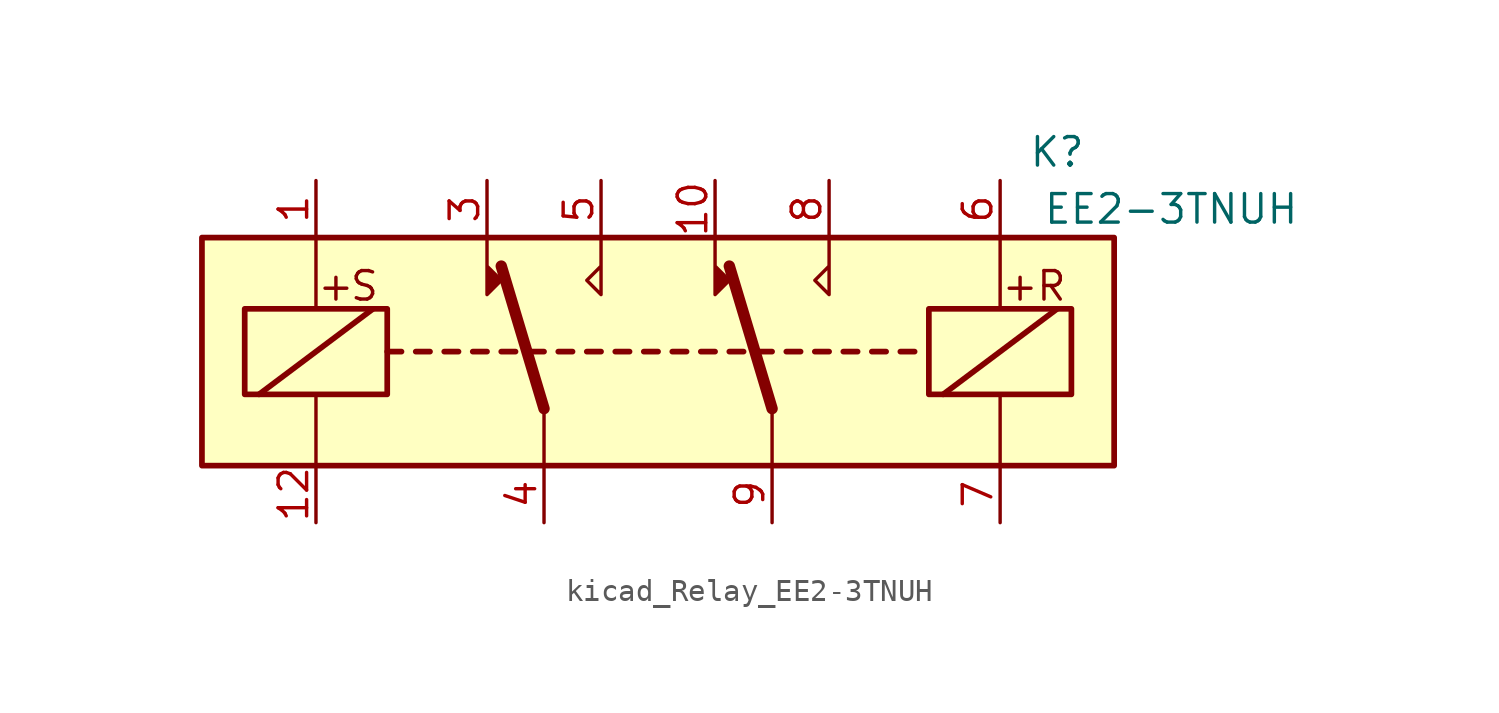
<source format=kicad_sym>
(kicad_symbol_lib
  (version 20220914)
  (generator kicad_symbol_editor)
  (symbol "kicad_Relay_EE2-3TNUH"
    (property "Reference" "K"
      (at 17.78 8.89 0)
      (effects (font (size 1.27 1.27))))
    (property "Value" "EE2-3TNUH"
      (at 22.86 6.35 0)
      (effects (font (size 1.27 1.27))))
    (symbol "kicad_Relay_EE2-3TNUH_1_1"
      (rectangle (start -20.32 5.08) (end 20.32 -5.08) (stroke (width 0.254) (type default)) (fill (type background)))
      (rectangle (start -18.415 1.905) (end -12.065 -1.905) (stroke (width 0.254) (type default)) (fill (type none)))
      (polyline (pts (xy -17.78 -1.905) (xy -12.7 1.905)) (stroke (width 0.254) (type default)) (fill (type none)))
      (polyline (pts (xy -15.24 -5.08) (xy -15.24 -1.905)) (stroke (width 0) (type default)) (fill (type none)))
      (polyline (pts (xy -15.24 5.08) (xy -15.24 1.905)) (stroke (width 0) (type default)) (fill (type none)))
      (polyline (pts (xy -12.065 0) (xy -11.43 0)) (stroke (width 0.254) (type default)) (fill (type none)))
      (polyline (pts (xy -10.795 0) (xy -10.16 0)) (stroke (width 0.254) (type default)) (fill (type none)))
      (polyline (pts (xy -9.525 0) (xy -8.89 0)) (stroke (width 0.254) (type default)) (fill (type none)))
      (polyline (pts (xy -8.255 0) (xy -7.62 0)) (stroke (width 0.254) (type default)) (fill (type none)))
      (polyline (pts (xy -6.985 0) (xy -6.35 0)) (stroke (width 0.254) (type default)) (fill (type none)))
      (polyline (pts (xy -5.715 0) (xy -5.08 0)) (stroke (width 0.254) (type default)) (fill (type none)))
      (polyline (pts (xy -5.08 -2.54) (xy -6.985 3.81)) (stroke (width 0.508) (type default)) (fill (type none)))
      (polyline (pts (xy -5.08 -2.54) (xy -5.08 -5.08)) (stroke (width 0) (type default)) (fill (type none)))
      (polyline (pts (xy -4.445 0) (xy -3.81 0)) (stroke (width 0.254) (type default)) (fill (type none)))
      (polyline (pts (xy -3.175 0) (xy -2.54 0)) (stroke (width 0.254) (type default)) (fill (type none)))
      (polyline (pts (xy -1.905 0) (xy -1.27 0)) (stroke (width 0.254) (type default)) (fill (type none)))
      (polyline (pts (xy -0.635 0) (xy 0 0)) (stroke (width 0.254) (type default)) (fill (type none)))
      (polyline (pts (xy 0.635 0) (xy 1.27 0)) (stroke (width 0.254) (type default)) (fill (type none)))
      (polyline (pts (xy 1.905 0) (xy 2.54 0)) (stroke (width 0.254) (type default)) (fill (type none)))
      (polyline (pts (xy 3.175 0) (xy 3.81 0)) (stroke (width 0.254) (type default)) (fill (type none)))
      (polyline (pts (xy 4.445 0) (xy 5.08 0)) (stroke (width 0.254) (type default)) (fill (type none)))
      (polyline (pts (xy 5.08 -2.54) (xy 3.175 3.81)) (stroke (width 0.508) (type default)) (fill (type none)))
      (polyline (pts (xy 5.08 -2.54) (xy 5.08 -5.08)) (stroke (width 0) (type default)) (fill (type none)))
      (polyline (pts (xy 5.715 0) (xy 6.35 0)) (stroke (width 0.254) (type default)) (fill (type none)))
      (polyline (pts (xy 6.985 0) (xy 7.62 0)) (stroke (width 0.254) (type default)) (fill (type none)))
      (polyline (pts (xy 8.255 0) (xy 8.89 0)) (stroke (width 0.254) (type default)) (fill (type none)))
      (polyline (pts (xy 9.525 0) (xy 10.16 0)) (stroke (width 0.254) (type default)) (fill (type none)))
      (polyline (pts (xy 10.795 0) (xy 11.43 0)) (stroke (width 0.254) (type default)) (fill (type none)))
      (polyline (pts (xy 12.7 -1.905) (xy 17.78 1.905)) (stroke (width 0.254) (type default)) (fill (type none)))
      (polyline (pts (xy 15.24 -5.08) (xy 15.24 -1.905)) (stroke (width 0) (type default)) (fill (type none)))
      (polyline (pts (xy 15.24 5.08) (xy 15.24 1.905)) (stroke (width 0) (type default)) (fill (type none)))
      (polyline (pts (xy -7.62 5.08) (xy -7.62 2.54) (xy -6.985 3.175) (xy -7.62 3.81)) (stroke (width 0) (type default)) (fill (type outline)))
      (polyline (pts (xy -2.54 5.08) (xy -2.54 2.54) (xy -3.175 3.175) (xy -2.54 3.81)) (stroke (width 0) (type default)) (fill (type none)))
      (polyline (pts (xy 2.54 5.08) (xy 2.54 2.54) (xy 3.175 3.175) (xy 2.54 3.81)) (stroke (width 0) (type default)) (fill (type outline)))
      (polyline (pts (xy 7.62 5.08) (xy 7.62 2.54) (xy 6.985 3.175) (xy 7.62 3.81)) (stroke (width 0) (type default)) (fill (type none)))
      (rectangle (start 12.065 1.905) (end 18.415 -1.905) (stroke (width 0.254) (type default)) (fill (type none)))
      (text "+" (at -14.351 2.921 0) (effects (font (size 1.27 1.27))))
      (text "+" (at 16.129 2.921 0) (effects (font (size 1.27 1.27))))
      (text "R" (at 17.526 2.921 0) (effects (font (size 1.27 1.27))))
      (text "S" (at -13.081 2.921 0) (effects (font (size 1.27 1.27))))
      (pin passive line (at -15.24 7.62 270) (length 2.54) (name "~" (effects (font (size 1.27 1.27)))) (number "1" (effects (font (size 1.27 1.27)))))
      (pin passive line (at 2.54 7.62 270) (length 2.54) (name "~" (effects (font (size 1.27 1.27)))) (number "10" (effects (font (size 1.27 1.27)))))
      (pin passive line (at -15.24 -7.62 90) (length 2.54) (name "~" (effects (font (size 1.27 1.27)))) (number "12" (effects (font (size 1.27 1.27)))))
      (pin passive line (at -7.62 7.62 270) (length 2.54) (name "~" (effects (font (size 1.27 1.27)))) (number "3" (effects (font (size 1.27 1.27)))))
      (pin passive line (at -5.08 -7.62 90) (length 2.54) (name "~" (effects (font (size 1.27 1.27)))) (number "4" (effects (font (size 1.27 1.27)))))
      (pin passive line (at -2.54 7.62 270) (length 2.54) (name "~" (effects (font (size 1.27 1.27)))) (number "5" (effects (font (size 1.27 1.27)))))
      (pin passive line (at 15.24 7.62 270) (length 2.54) (name "~" (effects (font (size 1.27 1.27)))) (number "6" (effects (font (size 1.27 1.27)))))
      (pin passive line (at 15.24 -7.62 90) (length 2.54) (name "~" (effects (font (size 1.27 1.27)))) (number "7" (effects (font (size 1.27 1.27)))))
      (pin passive line (at 7.62 7.62 270) (length 2.54) (name "~" (effects (font (size 1.27 1.27)))) (number "8" (effects (font (size 1.27 1.27)))))
      (pin passive line (at 5.08 -7.62 90) (length 2.54) (name "~" (effects (font (size 1.27 1.27)))) (number "9" (effects (font (size 1.27 1.27))))))))
</source>
